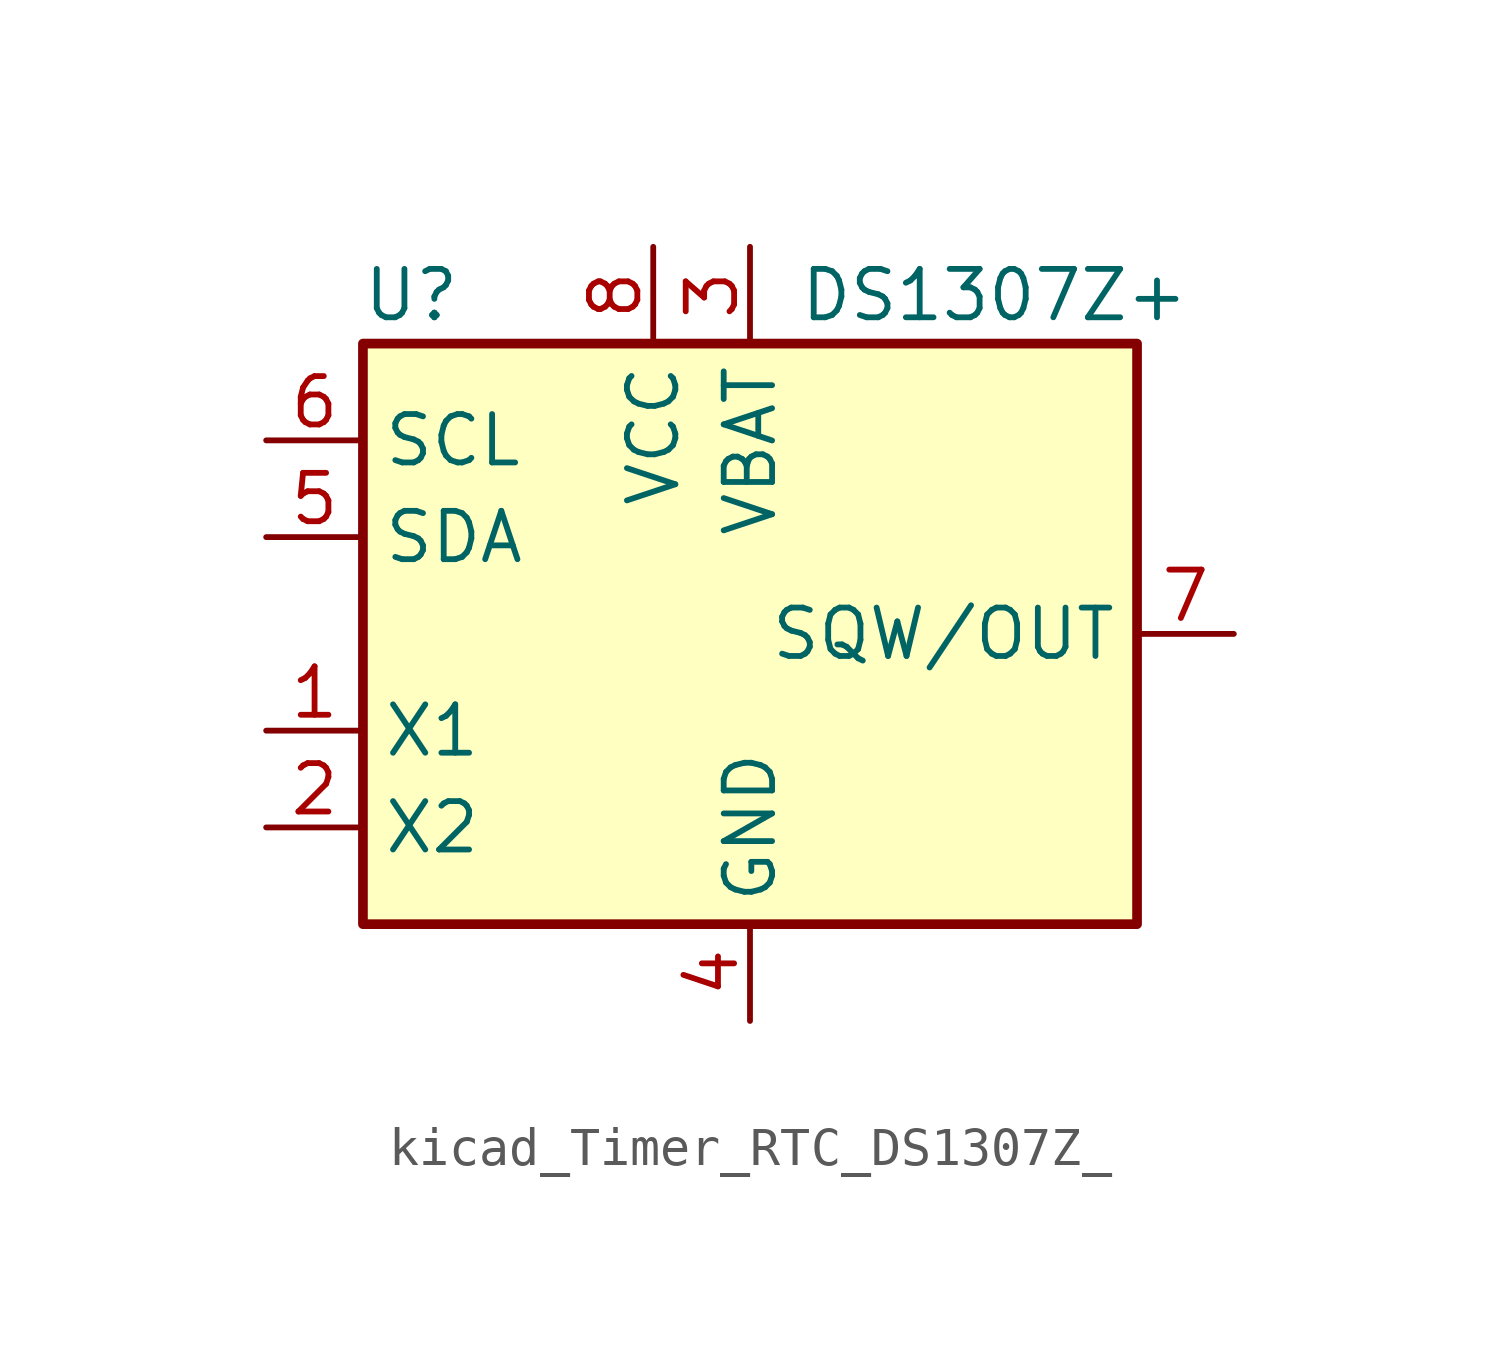
<source format=kicad_sym>
(kicad_symbol_lib
  (version 20220914)
  (generator kicad_symbol_editor)
  (symbol "kicad_Timer_RTC_DS1307Z_"
    (property "Reference" "U"
      (at -8.89 8.89 0)
      (effects (font (size 1.27 1.27))))
    (property "Value" "DS1307Z+"
      (at 1.27 8.89 0)
      (effects (font (size 1.27 1.27)) (justify left)))
    (symbol "kicad_Timer_RTC_DS1307Z__0_1"
      (rectangle (start -10.16 7.62) (end 10.16 -7.62) (stroke (width 0.254) (type default)) (fill (type background))))
    (symbol "kicad_Timer_RTC_DS1307Z__1_1"
      (pin input line (at -12.7 -2.54 0) (length 2.54) (name "X1" (effects (font (size 1.27 1.27)))) (number "1" (effects (font (size 1.27 1.27)))))
      (pin input line (at -12.7 -5.08 0) (length 2.54) (name "X2" (effects (font (size 1.27 1.27)))) (number "2" (effects (font (size 1.27 1.27)))))
      (pin power_in line (at 0 10.16 270) (length 2.54) (name "VBAT" (effects (font (size 1.27 1.27)))) (number "3" (effects (font (size 1.27 1.27)))))
      (pin power_in line (at 0 -10.16 90) (length 2.54) (name "GND" (effects (font (size 1.27 1.27)))) (number "4" (effects (font (size 1.27 1.27)))))
      (pin bidirectional line (at -12.7 2.54 0) (length 2.54) (name "SDA" (effects (font (size 1.27 1.27)))) (number "5" (effects (font (size 1.27 1.27)))))
      (pin input line (at -12.7 5.08 0) (length 2.54) (name "SCL" (effects (font (size 1.27 1.27)))) (number "6" (effects (font (size 1.27 1.27)))))
      (pin open_collector line (at 12.7 0 180) (length 2.54) (name "SQW/OUT" (effects (font (size 1.27 1.27)))) (number "7" (effects (font (size 1.27 1.27)))))
      (pin power_in line (at -2.54 10.16 270) (length 2.54) (name "VCC" (effects (font (size 1.27 1.27)))) (number "8" (effects (font (size 1.27 1.27))))))))
</source>
